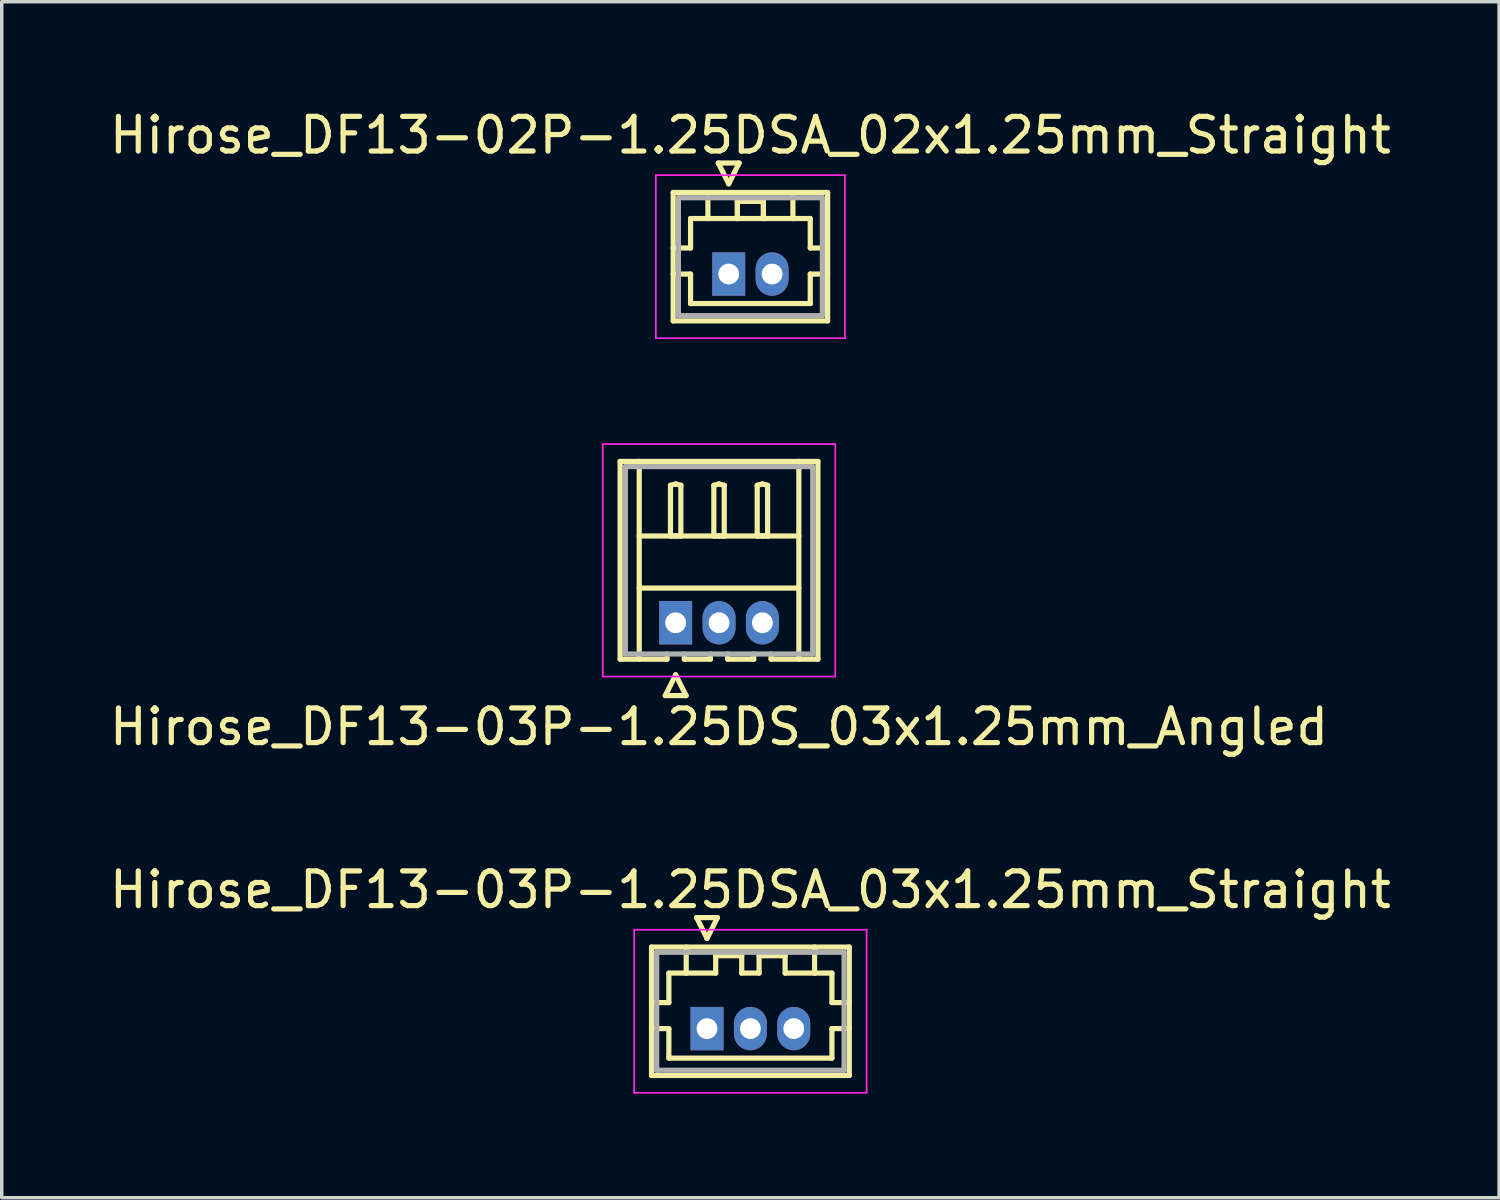
<source format=kicad_pcb>
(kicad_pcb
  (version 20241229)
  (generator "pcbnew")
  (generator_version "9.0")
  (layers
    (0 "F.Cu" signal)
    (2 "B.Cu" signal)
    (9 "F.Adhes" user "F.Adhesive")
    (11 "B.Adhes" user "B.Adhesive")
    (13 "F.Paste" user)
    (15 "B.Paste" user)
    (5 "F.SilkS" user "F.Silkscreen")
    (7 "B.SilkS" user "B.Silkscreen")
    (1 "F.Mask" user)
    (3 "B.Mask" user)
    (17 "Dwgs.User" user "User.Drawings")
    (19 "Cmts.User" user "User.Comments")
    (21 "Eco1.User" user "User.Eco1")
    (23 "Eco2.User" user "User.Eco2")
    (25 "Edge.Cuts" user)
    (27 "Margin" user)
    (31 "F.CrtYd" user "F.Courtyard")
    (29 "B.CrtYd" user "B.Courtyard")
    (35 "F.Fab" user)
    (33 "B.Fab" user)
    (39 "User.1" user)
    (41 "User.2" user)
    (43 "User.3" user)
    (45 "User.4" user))
  (footprint "Hirose_DF13-02P-1.25DSA_02x1.25mm_Straight"
    (layer "F.Cu")
    (at 17.952 4.848)
    (property "Reference" "Hirose_DF13-02P-1.25DSA_02x1.25mm_Straight" (at 0.625 -4 0) (layer "F.SilkS") (effects (font (size 1 1) (thickness 0.15))))
    (attr through_hole)
    (fp_line (start -1.6 -2.35) (end -1.6 1.35) (stroke (width 0.15) (type solid)) (layer "F.SilkS"))
    (fp_line (start -1.6 -0.75) (end -1.1 -0.75) (stroke (width 0.15) (type solid)) (layer "F.SilkS"))
    (fp_line (start -1.6 0) (end -1.1 0) (stroke (width 0.15) (type solid)) (layer "F.SilkS"))
    (fp_line (start -1.6 1.35) (end 2.85 1.35) (stroke (width 0.15) (type solid)) (layer "F.SilkS"))
    (fp_line (start -1.1 -1.6) (end -0.6 -1.6) (stroke (width 0.15) (type solid)) (layer "F.SilkS"))
    (fp_line (start -1.1 -0.75) (end -1.1 -1.6) (stroke (width 0.15) (type solid)) (layer "F.SilkS"))
    (fp_line (start -1.1 0) (end -1.1 0.85) (stroke (width 0.15) (type solid)) (layer "F.SilkS"))
    (fp_line (start -1.1 0.85) (end 2.35 0.85) (stroke (width 0.15) (type solid)) (layer "F.SilkS"))
    (fp_line (start -0.6 -1.6) (end -0.6 -2.35) (stroke (width 0.15) (type solid)) (layer "F.SilkS"))
    (fp_line (start -0.6 -1.6) (end 0.25 -1.6) (stroke (width 0.15) (type solid)) (layer "F.SilkS"))
    (fp_line (start -0.3 -3.2) (end 0.3 -3.2) (stroke (width 0.15) (type solid)) (layer "F.SilkS"))
    (fp_line (start 0 -2.6) (end -0.3 -3.2) (stroke (width 0.15) (type solid)) (layer "F.SilkS"))
    (fp_line (start 0.25 -2.1) (end 1 -2.1) (stroke (width 0.15) (type solid)) (layer "F.SilkS"))
    (fp_line (start 0.25 -2.1) (end 1 -2.1) (stroke (width 0.15) (type solid)) (layer "F.SilkS"))
    (fp_line (start 0.25 -1.6) (end 0.25 -2.1) (stroke (width 0.15) (type solid)) (layer "F.SilkS"))
    (fp_line (start 0.25 -1.6) (end 0.25 -2.1) (stroke (width 0.15) (type solid)) (layer "F.SilkS"))
    (fp_line (start 0.3 -3.2) (end 0 -2.6) (stroke (width 0.15) (type solid)) (layer "F.SilkS"))
    (fp_line (start 1 -2.1) (end 1 -1.6) (stroke (width 0.15) (type solid)) (layer "F.SilkS"))
    (fp_line (start 1 -2.1) (end 1 -1.6) (stroke (width 0.15) (type solid)) (layer "F.SilkS"))
    (fp_line (start 1 -1.6) (end 0.25 -1.6) (stroke (width 0.15) (type solid)) (layer "F.SilkS"))
    (fp_line (start 1 -1.6) (end 1.85 -1.6) (stroke (width 0.15) (type solid)) (layer "F.SilkS"))
    (fp_line (start 1.85 -1.6) (end 1.85 -2.35) (stroke (width 0.15) (type solid)) (layer "F.SilkS"))
    (fp_line (start 2.35 -1.6) (end 1.85 -1.6) (stroke (width 0.15) (type solid)) (layer "F.SilkS"))
    (fp_line (start 2.35 -0.75) (end 2.35 -1.6) (stroke (width 0.15) (type solid)) (layer "F.SilkS"))
    (fp_line (start 2.35 0) (end 2.85 0) (stroke (width 0.15) (type solid)) (layer "F.SilkS"))
    (fp_line (start 2.35 0.85) (end 2.35 0) (stroke (width 0.15) (type solid)) (layer "F.SilkS"))
    (fp_line (start 2.85 -2.35) (end -1.6 -2.35) (stroke (width 0.15) (type solid)) (layer "F.SilkS"))
    (fp_line (start 2.85 -0.75) (end 2.35 -0.75) (stroke (width 0.15) (type solid)) (layer "F.SilkS"))
    (fp_line (start 2.85 1.35) (end 2.85 -2.35) (stroke (width 0.15) (type solid)) (layer "F.SilkS"))
    (fp_line (start -2.1 -2.85) (end -2.1 1.85) (stroke (width 0.05) (type solid)) (layer "F.CrtYd"))
    (fp_line (start -2.1 1.85) (end 3.35 1.85) (stroke (width 0.05) (type solid)) (layer "F.CrtYd"))
    (fp_line (start 3.35 -2.85) (end -2.1 -2.85) (stroke (width 0.05) (type solid)) (layer "F.CrtYd"))
    (fp_line (start 3.35 1.85) (end 3.35 -2.85) (stroke (width 0.05) (type solid)) (layer "F.CrtYd"))
    (fp_line (start -1.45 -2.2) (end -1.45 1.2) (stroke (width 0.15) (type solid)) (layer "F.Fab"))
    (fp_line (start -1.45 1.2) (end 2.7 1.2) (stroke (width 0.15) (type solid)) (layer "F.Fab"))
    (fp_line (start 2.7 -2.2) (end -1.45 -2.2) (stroke (width 0.15) (type solid)) (layer "F.Fab"))
    (fp_line (start 2.7 1.2) (end 2.7 -2.2) (stroke (width 0.15) (type solid)) (layer "F.Fab"))
    (pad "1" thru_hole rect (at 0 0) (size 0.95 1.25) (drill 0.6) (layers "*.Cu" "*.Mask"))
    (pad "2" thru_hole oval (at 1.25 0) (size 0.95 1.25) (drill 0.6) (layers "*.Cu" "*.Mask")))
  (footprint "Hirose_DF13-03P-1.25DSA_03x1.25mm_Straight"
    (layer "F.Cu")
    (at 17.327 26.595)
    (property "Reference" "Hirose_DF13-03P-1.25DSA_03x1.25mm_Straight" (at 1.25 -4 0) (layer "F.SilkS") (effects (font (size 1 1) (thickness 0.15))))
    (attr through_hole)
    (fp_line (start -1.6 -2.35) (end -1.6 1.35) (stroke (width 0.15) (type solid)) (layer "F.SilkS"))
    (fp_line (start -1.6 -0.75) (end -1.1 -0.75) (stroke (width 0.15) (type solid)) (layer "F.SilkS"))
    (fp_line (start -1.6 0) (end -1.1 0) (stroke (width 0.15) (type solid)) (layer "F.SilkS"))
    (fp_line (start -1.6 1.35) (end 4.1 1.35) (stroke (width 0.15) (type solid)) (layer "F.SilkS"))
    (fp_line (start -1.1 -1.6) (end -0.6 -1.6) (stroke (width 0.15) (type solid)) (layer "F.SilkS"))
    (fp_line (start -1.1 -0.75) (end -1.1 -1.6) (stroke (width 0.15) (type solid)) (layer "F.SilkS"))
    (fp_line (start -1.1 0) (end -1.1 0.85) (stroke (width 0.15) (type solid)) (layer "F.SilkS"))
    (fp_line (start -1.1 0.85) (end 3.6 0.85) (stroke (width 0.15) (type solid)) (layer "F.SilkS"))
    (fp_line (start -0.6 -1.6) (end -0.6 -2.35) (stroke (width 0.15) (type solid)) (layer "F.SilkS"))
    (fp_line (start -0.6 -1.6) (end 0.25 -1.6) (stroke (width 0.15) (type solid)) (layer "F.SilkS"))
    (fp_line (start -0.3 -3.2) (end 0.3 -3.2) (stroke (width 0.15) (type solid)) (layer "F.SilkS"))
    (fp_line (start 0 -2.6) (end -0.3 -3.2) (stroke (width 0.15) (type solid)) (layer "F.SilkS"))
    (fp_line (start 0.25 -2.1) (end 1 -2.1) (stroke (width 0.15) (type solid)) (layer "F.SilkS"))
    (fp_line (start 0.25 -1.6) (end 0.25 -2.1) (stroke (width 0.15) (type solid)) (layer "F.SilkS"))
    (fp_line (start 0.3 -3.2) (end 0 -2.6) (stroke (width 0.15) (type solid)) (layer "F.SilkS"))
    (fp_line (start 1 -2.1) (end 1 -1.6) (stroke (width 0.15) (type solid)) (layer "F.SilkS"))
    (fp_line (start 1 -1.6) (end 1.5 -1.6) (stroke (width 0.15) (type solid)) (layer "F.SilkS"))
    (fp_line (start 1.5 -2.1) (end 2.25 -2.1) (stroke (width 0.15) (type solid)) (layer "F.SilkS"))
    (fp_line (start 1.5 -1.6) (end 1.5 -2.1) (stroke (width 0.15) (type solid)) (layer "F.SilkS"))
    (fp_line (start 2.25 -2.1) (end 2.25 -1.6) (stroke (width 0.15) (type solid)) (layer "F.SilkS"))
    (fp_line (start 2.25 -1.6) (end 3.1 -1.6) (stroke (width 0.15) (type solid)) (layer "F.SilkS"))
    (fp_line (start 3.1 -1.6) (end 3.1 -2.35) (stroke (width 0.15) (type solid)) (layer "F.SilkS"))
    (fp_line (start 3.6 -1.6) (end 3.1 -1.6) (stroke (width 0.15) (type solid)) (layer "F.SilkS"))
    (fp_line (start 3.6 -0.75) (end 3.6 -1.6) (stroke (width 0.15) (type solid)) (layer "F.SilkS"))
    (fp_line (start 3.6 0) (end 4.1 0) (stroke (width 0.15) (type solid)) (layer "F.SilkS"))
    (fp_line (start 3.6 0.85) (end 3.6 0) (stroke (width 0.15) (type solid)) (layer "F.SilkS"))
    (fp_line (start 4.1 -2.35) (end -1.6 -2.35) (stroke (width 0.15) (type solid)) (layer "F.SilkS"))
    (fp_line (start 4.1 -0.75) (end 3.6 -0.75) (stroke (width 0.15) (type solid)) (layer "F.SilkS"))
    (fp_line (start 4.1 1.35) (end 4.1 -2.35) (stroke (width 0.15) (type solid)) (layer "F.SilkS"))
    (fp_line (start -2.1 -2.85) (end -2.1 1.85) (stroke (width 0.05) (type solid)) (layer "F.CrtYd"))
    (fp_line (start -2.1 1.85) (end 4.6 1.85) (stroke (width 0.05) (type solid)) (layer "F.CrtYd"))
    (fp_line (start 4.6 -2.85) (end -2.1 -2.85) (stroke (width 0.05) (type solid)) (layer "F.CrtYd"))
    (fp_line (start 4.6 1.85) (end 4.6 -2.85) (stroke (width 0.05) (type solid)) (layer "F.CrtYd"))
    (fp_line (start -1.45 -2.2) (end -1.45 1.2) (stroke (width 0.15) (type solid)) (layer "F.Fab"))
    (fp_line (start -1.45 1.2) (end 3.95 1.2) (stroke (width 0.15) (type solid)) (layer "F.Fab"))
    (fp_line (start 3.95 -2.2) (end -1.45 -2.2) (stroke (width 0.15) (type solid)) (layer "F.Fab"))
    (fp_line (start 3.95 1.2) (end 3.95 -2.2) (stroke (width 0.15) (type solid)) (layer "F.Fab"))
    (pad "1" thru_hole rect (at 0 0) (size 0.95 1.25) (drill 0.6) (layers "*.Cu" "*.Mask"))
    (pad "2" thru_hole oval (at 1.25 0) (size 0.95 1.25) (drill 0.6) (layers "*.Cu" "*.Mask"))
    (pad "3" thru_hole oval (at 2.5 0) (size 0.95 1.25) (drill 0.6) (layers "*.Cu" "*.Mask")))
  (footprint "Hirose_DF13-03P-1.25DS_03x1.25mm_Angled"
    (layer "F.Cu")
    (at 16.423 14.898)
    (property "Reference" "Hirose_DF13-03P-1.25DS_03x1.25mm_Angled" (at 1.25 3 0) (layer "F.SilkS") (effects (font (size 1 1) (thickness 0.15))))
    (attr through_hole)
    (fp_line (start -1.6 -4.65) (end 4.1 -4.65) (stroke (width 0.15) (type solid)) (layer "F.SilkS"))
    (fp_line (start -1.6 1.05) (end -1.6 -4.65) (stroke (width 0.15) (type solid)) (layer "F.SilkS"))
    (fp_line (start -1.05 -4.65) (end -1.05 1.05) (stroke (width 0.15) (type solid)) (layer "F.SilkS"))
    (fp_line (start -1.05 -2.5) (end 3.55 -2.5) (stroke (width 0.15) (type solid)) (layer "F.SilkS"))
    (fp_line (start -1.05 -1) (end 3.55 -1) (stroke (width 0.15) (type solid)) (layer "F.SilkS"))
    (fp_line (start -0.3 2.1) (end 0.3 2.1) (stroke (width 0.15) (type solid)) (layer "F.SilkS"))
    (fp_line (start -0.25 0.9) (end -0.25 1.05) (stroke (width 0.15) (type solid)) (layer "F.SilkS"))
    (fp_line (start -0.25 1.05) (end -1.6 1.05) (stroke (width 0.15) (type solid)) (layer "F.SilkS"))
    (fp_line (start -0.15 -3.962) (end 0 -4) (stroke (width 0.15) (type solid)) (layer "F.SilkS"))
    (fp_line (start -0.15 -2.5) (end -0.15 -3.962) (stroke (width 0.15) (type solid)) (layer "F.SilkS"))
    (fp_line (start 0 -4) (end 0.15 -3.962) (stroke (width 0.15) (type solid)) (layer "F.SilkS"))
    (fp_line (start 0 -2.5) (end -0.15 -2.5) (stroke (width 0.15) (type solid)) (layer "F.SilkS"))
    (fp_line (start 0 1.5) (end -0.3 2.1) (stroke (width 0.15) (type solid)) (layer "F.SilkS"))
    (fp_line (start 0.15 -3.962) (end 0.15 -2.5) (stroke (width 0.15) (type solid)) (layer "F.SilkS"))
    (fp_line (start 0.15 -2.5) (end 0 -2.5) (stroke (width 0.15) (type solid)) (layer "F.SilkS"))
    (fp_line (start 0.25 0.9) (end 0.25 1.05) (stroke (width 0.15) (type solid)) (layer "F.SilkS"))
    (fp_line (start 0.25 1.05) (end 1 1.05) (stroke (width 0.15) (type solid)) (layer "F.SilkS"))
    (fp_line (start 0.3 2.1) (end 0 1.5) (stroke (width 0.15) (type solid)) (layer "F.SilkS"))
    (fp_line (start 1 1.05) (end 1 0.9) (stroke (width 0.15) (type solid)) (layer "F.SilkS"))
    (fp_line (start 1.1 -3.962) (end 1.25 -4) (stroke (width 0.15) (type solid)) (layer "F.SilkS"))
    (fp_line (start 1.1 -2.5) (end 1.1 -3.962) (stroke (width 0.15) (type solid)) (layer "F.SilkS"))
    (fp_line (start 1.25 -4) (end 1.4 -3.962) (stroke (width 0.15) (type solid)) (layer "F.SilkS"))
    (fp_line (start 1.25 -2.5) (end 1.1 -2.5) (stroke (width 0.15) (type solid)) (layer "F.SilkS"))
    (fp_line (start 1.4 -3.962) (end 1.4 -2.5) (stroke (width 0.15) (type solid)) (layer "F.SilkS"))
    (fp_line (start 1.4 -2.5) (end 1.25 -2.5) (stroke (width 0.15) (type solid)) (layer "F.SilkS"))
    (fp_line (start 1.5 0.9) (end 1.5 1.05) (stroke (width 0.15) (type solid)) (layer "F.SilkS"))
    (fp_line (start 1.5 1.05) (end 2.25 1.05) (stroke (width 0.15) (type solid)) (layer "F.SilkS"))
    (fp_line (start 2.25 1.05) (end 2.25 0.9) (stroke (width 0.15) (type solid)) (layer "F.SilkS"))
    (fp_line (start 2.35 -3.962) (end 2.5 -4) (stroke (width 0.15) (type solid)) (layer "F.SilkS"))
    (fp_line (start 2.35 -2.5) (end 2.35 -3.962) (stroke (width 0.15) (type solid)) (layer "F.SilkS"))
    (fp_line (start 2.5 -4) (end 2.65 -3.962) (stroke (width 0.15) (type solid)) (layer "F.SilkS"))
    (fp_line (start 2.5 -2.5) (end 2.35 -2.5) (stroke (width 0.15) (type solid)) (layer "F.SilkS"))
    (fp_line (start 2.65 -3.962) (end 2.65 -2.5) (stroke (width 0.15) (type solid)) (layer "F.SilkS"))
    (fp_line (start 2.65 -2.5) (end 2.5 -2.5) (stroke (width 0.15) (type solid)) (layer "F.SilkS"))
    (fp_line (start 2.75 1.05) (end 2.75 0.9) (stroke (width 0.15) (type solid)) (layer "F.SilkS"))
    (fp_line (start 3.55 -4.65) (end 3.55 1.05) (stroke (width 0.15) (type solid)) (layer "F.SilkS"))
    (fp_line (start 4.1 -4.65) (end 4.1 1.05) (stroke (width 0.15) (type solid)) (layer "F.SilkS"))
    (fp_line (start 4.1 1.05) (end 2.75 1.05) (stroke (width 0.15) (type solid)) (layer "F.SilkS"))
    (fp_line (start -2.1 -5.15) (end -2.1 1.55) (stroke (width 0.05) (type solid)) (layer "F.CrtYd"))
    (fp_line (start -2.1 1.55) (end 4.6 1.55) (stroke (width 0.05) (type solid)) (layer "F.CrtYd"))
    (fp_line (start 4.6 -5.15) (end -2.1 -5.15) (stroke (width 0.05) (type solid)) (layer "F.CrtYd"))
    (fp_line (start 4.6 1.55) (end 4.6 -5.15) (stroke (width 0.05) (type solid)) (layer "F.CrtYd"))
    (fp_line (start -1.45 -4.5) (end -1.45 0.9) (stroke (width 0.15) (type solid)) (layer "F.Fab"))
    (fp_line (start -1.45 0.9) (end 3.95 0.9) (stroke (width 0.15) (type solid)) (layer "F.Fab"))
    (fp_line (start 3.95 -4.5) (end -1.45 -4.5) (stroke (width 0.15) (type solid)) (layer "F.Fab"))
    (fp_line (start 3.95 0.9) (end 3.95 -4.5) (stroke (width 0.15) (type solid)) (layer "F.Fab"))
    (pad "1" thru_hole rect (at 0 0) (size 0.95 1.25) (drill 0.6) (layers "*.Cu" "*.Mask"))
    (pad "2" thru_hole oval (at 1.25 0) (size 0.95 1.25) (drill 0.6) (layers "*.Cu" "*.Mask"))
    (pad "3" thru_hole oval (at 2.5 0) (size 0.95 1.25) (drill 0.6) (layers "*.Cu" "*.Mask")))
  (gr_rect
    (start -3 -3)
    (end 40.155 31.47)
    (stroke (width 0.1) (type default))
    (fill no)
    (layer "Edge.Cuts")))
</source>
